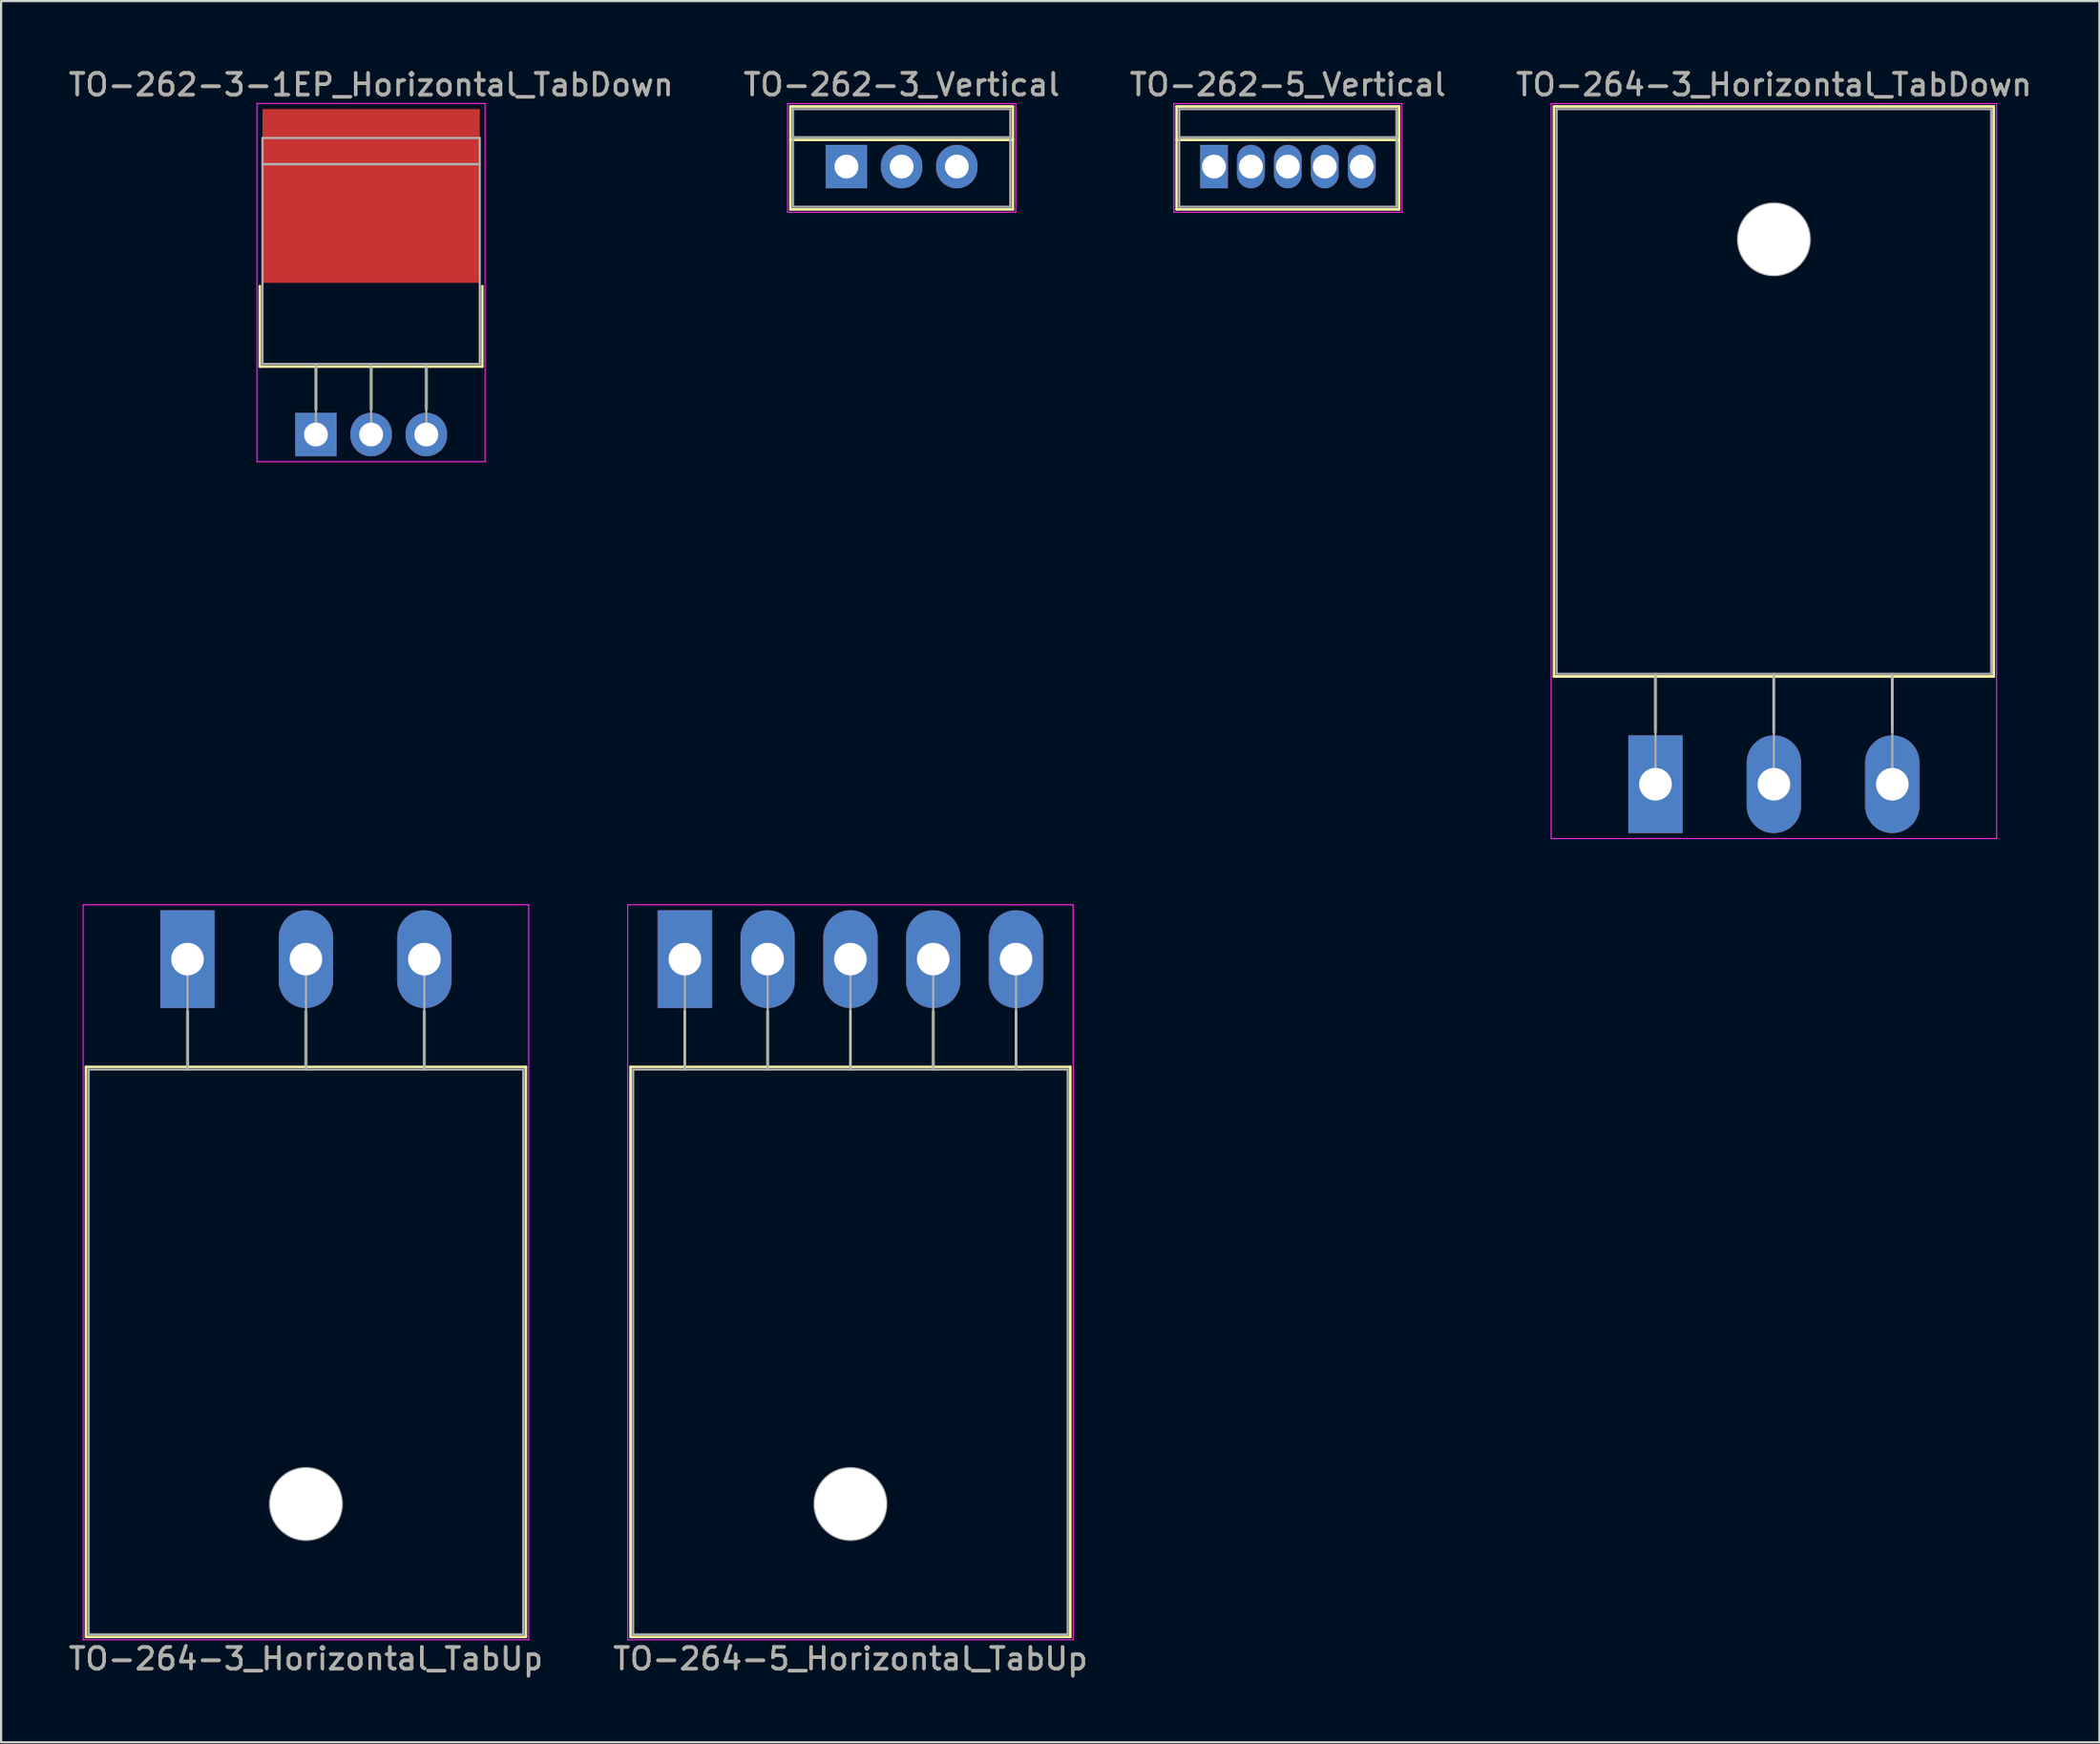
<source format=kicad_pcb>
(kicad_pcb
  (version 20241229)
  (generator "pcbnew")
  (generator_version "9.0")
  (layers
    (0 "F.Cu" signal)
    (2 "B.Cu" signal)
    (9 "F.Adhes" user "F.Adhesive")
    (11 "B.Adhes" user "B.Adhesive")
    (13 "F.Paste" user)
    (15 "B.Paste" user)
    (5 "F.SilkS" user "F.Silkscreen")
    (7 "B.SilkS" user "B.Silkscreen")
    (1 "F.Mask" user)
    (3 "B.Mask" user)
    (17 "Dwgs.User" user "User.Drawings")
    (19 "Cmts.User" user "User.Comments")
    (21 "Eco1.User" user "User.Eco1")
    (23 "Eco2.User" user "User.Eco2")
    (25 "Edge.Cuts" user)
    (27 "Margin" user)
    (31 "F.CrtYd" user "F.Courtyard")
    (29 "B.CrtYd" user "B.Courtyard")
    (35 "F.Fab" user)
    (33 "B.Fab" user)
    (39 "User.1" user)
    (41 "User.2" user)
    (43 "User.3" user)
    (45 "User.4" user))
  (footprint "TO-264-3_Horizontal_TabDown"
    (layer "F.Cu")
    (at 73.139 33.048)
    (property "Reference" "TO-264-3_Horizontal_TabDown" (at 5.45 -32.2 0) (layer "F.SilkS") (effects (font (size 1 1) (thickness 0.15))))
    (attr through_hole)
    (fp_line (start -4.67 -31.2) (end -4.67 -4.96) (stroke (width 0.12) (type solid)) (layer "F.SilkS"))
    (fp_line (start -4.67 -31.2) (end 15.57 -31.2) (stroke (width 0.12) (type solid)) (layer "F.SilkS"))
    (fp_line (start -4.67 -4.96) (end 15.57 -4.96) (stroke (width 0.12) (type solid)) (layer "F.SilkS"))
    (fp_line (start 0 -4.96) (end 0 -2.4) (stroke (width 0.12) (type solid)) (layer "F.SilkS"))
    (fp_line (start 5.45 -4.96) (end 5.45 -2.4) (stroke (width 0.12) (type solid)) (layer "F.SilkS"))
    (fp_line (start 10.9 -4.96) (end 10.9 -2.4) (stroke (width 0.12) (type solid)) (layer "F.SilkS"))
    (fp_line (start 15.57 -31.2) (end 15.57 -4.96) (stroke (width 0.12) (type solid)) (layer "F.SilkS"))
    (fp_line (start -4.8 -31.33) (end -4.8 2.5) (stroke (width 0.05) (type solid)) (layer "F.CrtYd"))
    (fp_line (start -4.8 2.5) (end 15.7 2.5) (stroke (width 0.05) (type solid)) (layer "F.CrtYd"))
    (fp_line (start 15.7 -31.33) (end -4.8 -31.33) (stroke (width 0.05) (type solid)) (layer "F.CrtYd"))
    (fp_line (start 15.7 2.5) (end 15.7 -31.33) (stroke (width 0.05) (type solid)) (layer "F.CrtYd"))
    (fp_line (start -4.55 -31.08) (end 15.45 -31.08) (stroke (width 0.1) (type solid)) (layer "F.Fab"))
    (fp_line (start -4.55 -5.08) (end -4.55 -31.08) (stroke (width 0.1) (type solid)) (layer "F.Fab"))
    (fp_line (start 0 -5.08) (end 0 0) (stroke (width 0.1) (type solid)) (layer "F.Fab"))
    (fp_line (start 5.45 -5.08) (end 5.45 0) (stroke (width 0.1) (type solid)) (layer "F.Fab"))
    (fp_line (start 10.9 -5.08) (end 10.9 0) (stroke (width 0.1) (type solid)) (layer "F.Fab"))
    (fp_line (start 15.45 -31.08) (end 15.45 -5.08) (stroke (width 0.1) (type solid)) (layer "F.Fab"))
    (fp_line (start 15.45 -5.08) (end -4.55 -5.08) (stroke (width 0.1) (type solid)) (layer "F.Fab"))
    (fp_circle (center 5.45 -25.08) (end 7.1 -25.08) (stroke (width 0.1) (type solid)) (fill no) (layer "F.Fab"))
    (fp_text user "${REFERENCE}" (at 5.45 -32.2 0) (layer "F.Fab") (effects (font (size 1 1) (thickness 0.15))))
    (pad "" np_thru_hole oval (at 5.45 -25.08) (size 3.3 3.3) (drill 3.3) (layers "*.Cu" "*.Mask"))
    (pad "1" thru_hole rect (at 0 0) (size 2.5 4.5) (drill 1.5) (layers "*.Cu" "*.Mask"))
    (pad "2" thru_hole oval (at 5.45 0) (size 2.5 4.5) (drill 1.5) (layers "*.Cu" "*.Mask"))
    (pad "3" thru_hole oval (at 10.9 0) (size 2.5 4.5) (drill 1.5) (layers "*.Cu" "*.Mask")))
  (footprint "TO-262-3-1EP_Horizontal_TabDown"
    (layer "F.Cu")
    (at 11.49 16.952)
    (property "Reference" "TO-262-3-1EP_Horizontal_TabDown" (at 2.54 -16.103 0) (layer "F.SilkS") (effects (font (size 1 1) (thickness 0.15))))
    (attr through_hole)
    (fp_line (start -2.58 -6.834) (end -2.58 -3.13) (stroke (width 0.12) (type solid)) (layer "F.SilkS"))
    (fp_line (start -2.58 -3.13) (end 7.66 -3.13) (stroke (width 0.12) (type solid)) (layer "F.SilkS"))
    (fp_line (start 0 -3.13) (end 0 -1.15) (stroke (width 0.12) (type solid)) (layer "F.SilkS"))
    (fp_line (start 2.54 -3.13) (end 2.54 -1.15) (stroke (width 0.12) (type solid)) (layer "F.SilkS"))
    (fp_line (start 5.08 -3.13) (end 5.08 -1.15) (stroke (width 0.12) (type solid)) (layer "F.SilkS"))
    (fp_line (start 7.66 -6.834) (end 7.66 -3.13) (stroke (width 0.12) (type solid)) (layer "F.SilkS"))
    (fp_line (start -2.71 -15.24) (end -2.71 1.25) (stroke (width 0.05) (type solid)) (layer "F.CrtYd"))
    (fp_line (start -2.71 1.25) (end 7.79 1.25) (stroke (width 0.05) (type solid)) (layer "F.CrtYd"))
    (fp_line (start 7.79 -15.24) (end -2.71 -15.24) (stroke (width 0.05) (type solid)) (layer "F.CrtYd"))
    (fp_line (start 7.79 1.25) (end 7.79 -15.24) (stroke (width 0.05) (type solid)) (layer "F.CrtYd"))
    (fp_line (start -2.46 -13.65) (end 7.54 -13.65) (stroke (width 0.1) (type solid)) (layer "F.Fab"))
    (fp_line (start -2.46 -12.45) (end -2.46 -13.65) (stroke (width 0.1) (type solid)) (layer "F.Fab"))
    (fp_line (start -2.46 -12.45) (end 7.54 -12.45) (stroke (width 0.1) (type solid)) (layer "F.Fab"))
    (fp_line (start -2.46 -3.25) (end -2.46 -12.45) (stroke (width 0.1) (type solid)) (layer "F.Fab"))
    (fp_line (start 0 -3.25) (end 0 0) (stroke (width 0.1) (type solid)) (layer "F.Fab"))
    (fp_line (start 2.54 -3.25) (end 2.54 0) (stroke (width 0.1) (type solid)) (layer "F.Fab"))
    (fp_line (start 5.08 -3.25) (end 5.08 0) (stroke (width 0.1) (type solid)) (layer "F.Fab"))
    (fp_line (start 7.54 -13.65) (end 7.54 -12.45) (stroke (width 0.1) (type solid)) (layer "F.Fab"))
    (fp_line (start 7.54 -12.45) (end -2.46 -12.45) (stroke (width 0.1) (type solid)) (layer "F.Fab"))
    (fp_line (start 7.54 -12.45) (end 7.54 -3.25) (stroke (width 0.1) (type solid)) (layer "F.Fab"))
    (fp_line (start 7.54 -3.25) (end -2.46 -3.25) (stroke (width 0.1) (type solid)) (layer "F.Fab"))
    (fp_text user "${REFERENCE}" (at 2.54 -16.103 0) (layer "F.Fab") (effects (font (size 1 1) (thickness 0.15))))
    (pad "1" thru_hole rect (at 0 0) (size 1.905 2) (drill 1.1) (layers "*.Cu" "*.Mask"))
    (pad "2" thru_hole oval (at 2.54 0) (size 1.905 2) (drill 1.1) (layers "*.Cu" "*.Mask"))
    (pad "3" thru_hole oval (at 5.08 0) (size 1.905 2) (drill 1.1) (layers "*.Cu" "*.Mask"))
    (pad "4" smd rect (at 2.54 -10.983) (size 10 8) (layers "F.Cu" "F.Mask" "F.Paste")))
  (footprint "TO-262-5_Vertical"
    (layer "F.Cu")
    (at 52.82 4.618)
    (property "Reference" "TO-262-5_Vertical" (at 3.4 -3.77 0) (layer "F.SilkS") (effects (font (size 1 1) (thickness 0.15))))
    (attr through_hole)
    (fp_line (start -1.721 -2.77) (end -1.721 1.971) (stroke (width 0.12) (type solid)) (layer "F.SilkS"))
    (fp_line (start -1.721 -2.77) (end 8.52 -2.77) (stroke (width 0.12) (type solid)) (layer "F.SilkS"))
    (fp_line (start -1.721 -1.23) (end 8.52 -1.23) (stroke (width 0.12) (type solid)) (layer "F.SilkS"))
    (fp_line (start -1.721 1.971) (end 8.52 1.971) (stroke (width 0.12) (type solid)) (layer "F.SilkS"))
    (fp_line (start 8.52 -2.77) (end 8.52 1.971) (stroke (width 0.12) (type solid)) (layer "F.SilkS"))
    (fp_line (start -1.85 -2.9) (end -1.85 2.1) (stroke (width 0.05) (type solid)) (layer "F.CrtYd"))
    (fp_line (start -1.85 2.1) (end 8.65 2.1) (stroke (width 0.05) (type solid)) (layer "F.CrtYd"))
    (fp_line (start 8.65 -2.9) (end -1.85 -2.9) (stroke (width 0.05) (type solid)) (layer "F.CrtYd"))
    (fp_line (start 8.65 2.1) (end 8.65 -2.9) (stroke (width 0.05) (type solid)) (layer "F.CrtYd"))
    (fp_line (start -1.6 -2.65) (end -1.6 1.85) (stroke (width 0.1) (type solid)) (layer "F.Fab"))
    (fp_line (start -1.6 -1.35) (end 8.4 -1.35) (stroke (width 0.1) (type solid)) (layer "F.Fab"))
    (fp_line (start -1.6 1.85) (end 8.4 1.85) (stroke (width 0.1) (type solid)) (layer "F.Fab"))
    (fp_line (start 8.4 -2.65) (end -1.6 -2.65) (stroke (width 0.1) (type solid)) (layer "F.Fab"))
    (fp_line (start 8.4 1.85) (end 8.4 -2.65) (stroke (width 0.1) (type solid)) (layer "F.Fab"))
    (fp_text user "${REFERENCE}" (at 3.4 -3.77 0) (layer "F.Fab") (effects (font (size 1 1) (thickness 0.15))))
    (pad "1" thru_hole rect (at 0 0) (size 1.275 2) (drill 1.1) (layers "*.Cu" "*.Mask"))
    (pad "2" thru_hole oval (at 1.7 0) (size 1.275 2) (drill 1.1) (layers "*.Cu" "*.Mask"))
    (pad "3" thru_hole oval (at 3.4 0) (size 1.275 2) (drill 1.1) (layers "*.Cu" "*.Mask"))
    (pad "4" thru_hole oval (at 5.1 0) (size 1.275 2) (drill 1.1) (layers "*.Cu" "*.Mask"))
    (pad "5" thru_hole oval (at 6.8 0) (size 1.275 2) (drill 1.1) (layers "*.Cu" "*.Mask")))
  (footprint "TO-262-3_Vertical"
    (layer "F.Cu")
    (at 35.906 4.618)
    (property "Reference" "TO-262-3_Vertical" (at 2.54 -3.77 0) (layer "F.SilkS") (effects (font (size 1 1) (thickness 0.15))))
    (attr through_hole)
    (fp_line (start -2.58 -2.77) (end -2.58 1.971) (stroke (width 0.12) (type solid)) (layer "F.SilkS"))
    (fp_line (start -2.58 -2.77) (end 7.66 -2.77) (stroke (width 0.12) (type solid)) (layer "F.SilkS"))
    (fp_line (start -2.58 -1.23) (end 7.66 -1.23) (stroke (width 0.12) (type solid)) (layer "F.SilkS"))
    (fp_line (start -2.58 1.971) (end 7.66 1.971) (stroke (width 0.12) (type solid)) (layer "F.SilkS"))
    (fp_line (start 7.66 -2.77) (end 7.66 1.971) (stroke (width 0.12) (type solid)) (layer "F.SilkS"))
    (fp_line (start -2.71 -2.9) (end -2.71 2.1) (stroke (width 0.05) (type solid)) (layer "F.CrtYd"))
    (fp_line (start -2.71 2.1) (end 7.79 2.1) (stroke (width 0.05) (type solid)) (layer "F.CrtYd"))
    (fp_line (start 7.79 -2.9) (end -2.71 -2.9) (stroke (width 0.05) (type solid)) (layer "F.CrtYd"))
    (fp_line (start 7.79 2.1) (end 7.79 -2.9) (stroke (width 0.05) (type solid)) (layer "F.CrtYd"))
    (fp_line (start -2.46 -2.65) (end -2.46 1.85) (stroke (width 0.1) (type solid)) (layer "F.Fab"))
    (fp_line (start -2.46 -1.35) (end 7.54 -1.35) (stroke (width 0.1) (type solid)) (layer "F.Fab"))
    (fp_line (start -2.46 1.85) (end 7.54 1.85) (stroke (width 0.1) (type solid)) (layer "F.Fab"))
    (fp_line (start 7.54 -2.65) (end -2.46 -2.65) (stroke (width 0.1) (type solid)) (layer "F.Fab"))
    (fp_line (start 7.54 1.85) (end 7.54 -2.65) (stroke (width 0.1) (type solid)) (layer "F.Fab"))
    (fp_text user "${REFERENCE}" (at 2.54 -3.77 0) (layer "F.Fab") (effects (font (size 1 1) (thickness 0.15))))
    (pad "1" thru_hole rect (at 0 0) (size 1.905 2) (drill 1.1) (layers "*.Cu" "*.Mask"))
    (pad "2" thru_hole oval (at 2.54 0) (size 1.905 2) (drill 1.1) (layers "*.Cu" "*.Mask"))
    (pad "3" thru_hole oval (at 5.08 0) (size 1.905 2) (drill 1.1) (layers "*.Cu" "*.Mask")))
  (footprint "TO-264-5_Horizontal_TabUp"
    (layer "F.Cu")
    (at 28.469 41.098)
    (property "Reference" "TO-264-5_Horizontal_TabUp" (at 7.62 32.2 0) (layer "F.SilkS") (effects (font (size 1 1) (thickness 0.15))))
    (attr through_hole)
    (fp_line (start -2.5 4.96) (end -2.5 31.2) (stroke (width 0.12) (type solid)) (layer "F.SilkS"))
    (fp_line (start -2.5 4.96) (end 17.74 4.96) (stroke (width 0.12) (type solid)) (layer "F.SilkS"))
    (fp_line (start -2.5 31.2) (end 17.74 31.2) (stroke (width 0.12) (type solid)) (layer "F.SilkS"))
    (fp_line (start 0 2.4) (end 0 4.96) (stroke (width 0.12) (type solid)) (layer "F.SilkS"))
    (fp_line (start 3.81 2.4) (end 3.81 4.96) (stroke (width 0.12) (type solid)) (layer "F.SilkS"))
    (fp_line (start 7.62 2.4) (end 7.62 4.96) (stroke (width 0.12) (type solid)) (layer "F.SilkS"))
    (fp_line (start 11.43 2.4) (end 11.43 4.96) (stroke (width 0.12) (type solid)) (layer "F.SilkS"))
    (fp_line (start 15.24 2.4) (end 15.24 4.96) (stroke (width 0.12) (type solid)) (layer "F.SilkS"))
    (fp_line (start 17.74 4.96) (end 17.74 31.2) (stroke (width 0.12) (type solid)) (layer "F.SilkS"))
    (fp_line (start -2.63 -2.5) (end -2.63 31.33) (stroke (width 0.05) (type solid)) (layer "F.CrtYd"))
    (fp_line (start -2.63 31.33) (end 17.87 31.33) (stroke (width 0.05) (type solid)) (layer "F.CrtYd"))
    (fp_line (start 17.87 -2.5) (end -2.63 -2.5) (stroke (width 0.05) (type solid)) (layer "F.CrtYd"))
    (fp_line (start 17.87 31.33) (end 17.87 -2.5) (stroke (width 0.05) (type solid)) (layer "F.CrtYd"))
    (fp_line (start -2.38 5.08) (end -2.38 31.08) (stroke (width 0.1) (type solid)) (layer "F.Fab"))
    (fp_line (start -2.38 31.08) (end 17.62 31.08) (stroke (width 0.1) (type solid)) (layer "F.Fab"))
    (fp_line (start 0 5.08) (end 0 0) (stroke (width 0.1) (type solid)) (layer "F.Fab"))
    (fp_line (start 3.81 5.08) (end 3.81 0) (stroke (width 0.1) (type solid)) (layer "F.Fab"))
    (fp_line (start 7.62 5.08) (end 7.62 0) (stroke (width 0.1) (type solid)) (layer "F.Fab"))
    (fp_line (start 11.43 5.08) (end 11.43 0) (stroke (width 0.1) (type solid)) (layer "F.Fab"))
    (fp_line (start 15.24 5.08) (end 15.24 0) (stroke (width 0.1) (type solid)) (layer "F.Fab"))
    (fp_line (start 17.62 5.08) (end -2.38 5.08) (stroke (width 0.1) (type solid)) (layer "F.Fab"))
    (fp_line (start 17.62 31.08) (end 17.62 5.08) (stroke (width 0.1) (type solid)) (layer "F.Fab"))
    (fp_circle (center 7.62 25.08) (end 9.27 25.08) (stroke (width 0.1) (type solid)) (fill no) (layer "F.Fab"))
    (fp_text user "${REFERENCE}" (at 7.62 32.2 0) (layer "F.Fab") (effects (font (size 1 1) (thickness 0.15))))
    (pad "" np_thru_hole oval (at 7.62 25.08) (size 3.3 3.3) (drill 3.3) (layers "*.Cu" "*.Mask"))
    (pad "1" thru_hole rect (at 0 0) (size 2.5 4.5) (drill 1.5) (layers "*.Cu" "*.Mask"))
    (pad "2" thru_hole oval (at 3.81 0) (size 2.5 4.5) (drill 1.5) (layers "*.Cu" "*.Mask"))
    (pad "3" thru_hole oval (at 7.62 0) (size 2.5 4.5) (drill 1.5) (layers "*.Cu" "*.Mask"))
    (pad "4" thru_hole oval (at 11.43 0) (size 2.5 4.5) (drill 1.5) (layers "*.Cu" "*.Mask"))
    (pad "5" thru_hole oval (at 15.24 0) (size 2.5 4.5) (drill 1.5) (layers "*.Cu" "*.Mask")))
  (footprint "TO-264-3_Horizontal_TabUp"
    (layer "F.Cu")
    (at 5.58 41.098)
    (property "Reference" "TO-264-3_Horizontal_TabUp" (at 5.45 32.2 0) (layer "F.SilkS") (effects (font (size 1 1) (thickness 0.15))))
    (attr through_hole)
    (fp_line (start -4.67 4.96) (end -4.67 31.2) (stroke (width 0.12) (type solid)) (layer "F.SilkS"))
    (fp_line (start -4.67 4.96) (end 15.57 4.96) (stroke (width 0.12) (type solid)) (layer "F.SilkS"))
    (fp_line (start -4.67 31.2) (end 15.57 31.2) (stroke (width 0.12) (type solid)) (layer "F.SilkS"))
    (fp_line (start 0 2.4) (end 0 4.96) (stroke (width 0.12) (type solid)) (layer "F.SilkS"))
    (fp_line (start 5.45 2.4) (end 5.45 4.96) (stroke (width 0.12) (type solid)) (layer "F.SilkS"))
    (fp_line (start 10.9 2.4) (end 10.9 4.96) (stroke (width 0.12) (type solid)) (layer "F.SilkS"))
    (fp_line (start 15.57 4.96) (end 15.57 31.2) (stroke (width 0.12) (type solid)) (layer "F.SilkS"))
    (fp_line (start -4.8 -2.5) (end -4.8 31.33) (stroke (width 0.05) (type solid)) (layer "F.CrtYd"))
    (fp_line (start -4.8 31.33) (end 15.7 31.33) (stroke (width 0.05) (type solid)) (layer "F.CrtYd"))
    (fp_line (start 15.7 -2.5) (end -4.8 -2.5) (stroke (width 0.05) (type solid)) (layer "F.CrtYd"))
    (fp_line (start 15.7 31.33) (end 15.7 -2.5) (stroke (width 0.05) (type solid)) (layer "F.CrtYd"))
    (fp_line (start -4.55 5.08) (end -4.55 31.08) (stroke (width 0.1) (type solid)) (layer "F.Fab"))
    (fp_line (start -4.55 31.08) (end 15.45 31.08) (stroke (width 0.1) (type solid)) (layer "F.Fab"))
    (fp_line (start 0 5.08) (end 0 0) (stroke (width 0.1) (type solid)) (layer "F.Fab"))
    (fp_line (start 5.45 5.08) (end 5.45 0) (stroke (width 0.1) (type solid)) (layer "F.Fab"))
    (fp_line (start 10.9 5.08) (end 10.9 0) (stroke (width 0.1) (type solid)) (layer "F.Fab"))
    (fp_line (start 15.45 5.08) (end -4.55 5.08) (stroke (width 0.1) (type solid)) (layer "F.Fab"))
    (fp_line (start 15.45 31.08) (end 15.45 5.08) (stroke (width 0.1) (type solid)) (layer "F.Fab"))
    (fp_circle (center 5.45 25.08) (end 7.1 25.08) (stroke (width 0.1) (type solid)) (fill no) (layer "F.Fab"))
    (fp_text user "${REFERENCE}" (at 5.45 32.2 0) (layer "F.Fab") (effects (font (size 1 1) (thickness 0.15))))
    (pad "" np_thru_hole oval (at 5.45 25.08) (size 3.3 3.3) (drill 3.3) (layers "*.Cu" "*.Mask"))
    (pad "1" thru_hole rect (at 0 0) (size 2.5 4.5) (drill 1.5) (layers "*.Cu" "*.Mask"))
    (pad "2" thru_hole oval (at 5.45 0) (size 2.5 4.5) (drill 1.5) (layers "*.Cu" "*.Mask"))
    (pad "3" thru_hole oval (at 10.9 0) (size 2.5 4.5) (drill 1.5) (layers "*.Cu" "*.Mask")))
  (gr_rect
    (start -3 -3)
    (end 93.571 77.147)
    (stroke (width 0.1) (type default))
    (fill no)
    (layer "Edge.Cuts")))
</source>
